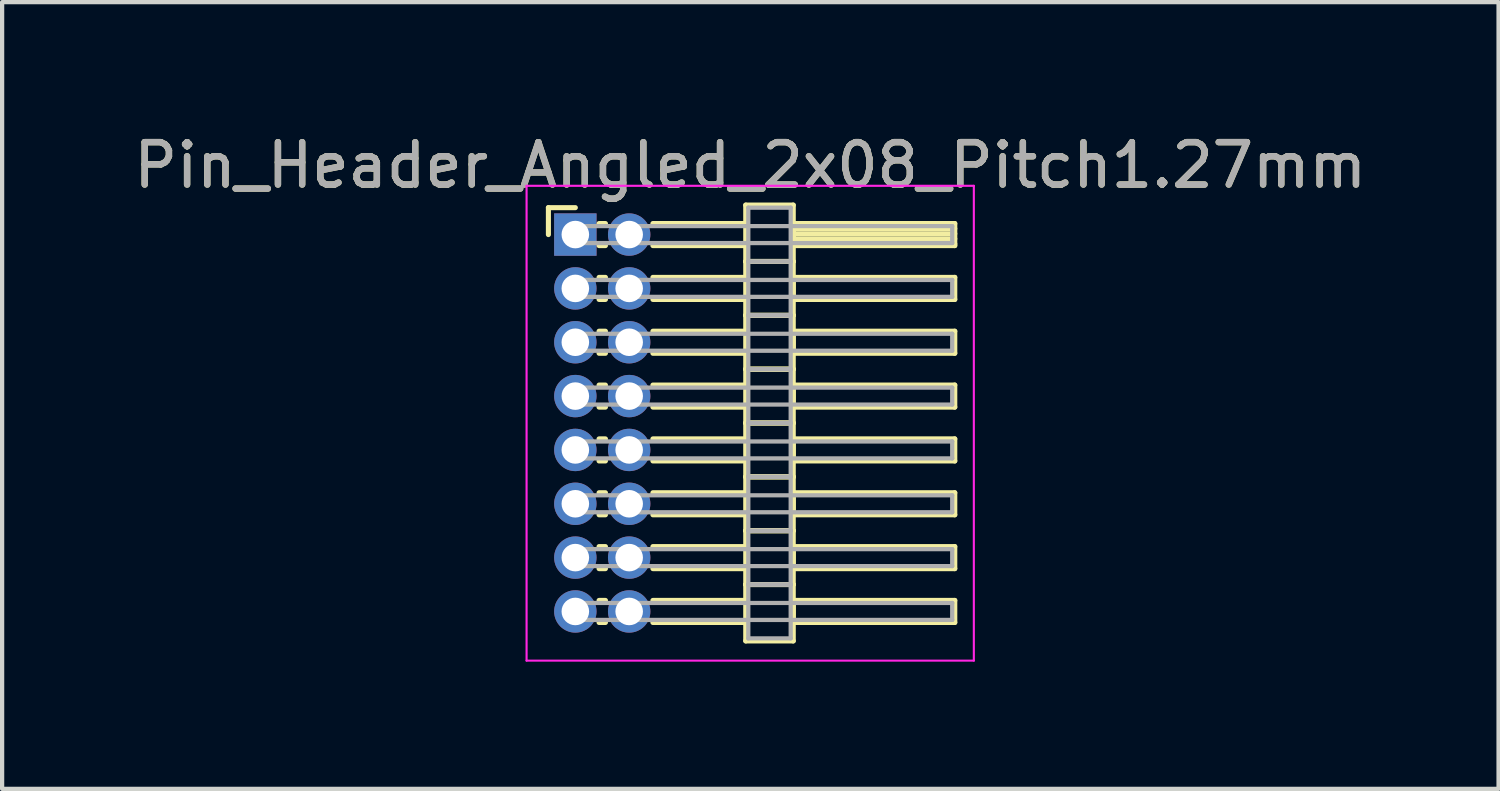
<source format=kicad_pcb>
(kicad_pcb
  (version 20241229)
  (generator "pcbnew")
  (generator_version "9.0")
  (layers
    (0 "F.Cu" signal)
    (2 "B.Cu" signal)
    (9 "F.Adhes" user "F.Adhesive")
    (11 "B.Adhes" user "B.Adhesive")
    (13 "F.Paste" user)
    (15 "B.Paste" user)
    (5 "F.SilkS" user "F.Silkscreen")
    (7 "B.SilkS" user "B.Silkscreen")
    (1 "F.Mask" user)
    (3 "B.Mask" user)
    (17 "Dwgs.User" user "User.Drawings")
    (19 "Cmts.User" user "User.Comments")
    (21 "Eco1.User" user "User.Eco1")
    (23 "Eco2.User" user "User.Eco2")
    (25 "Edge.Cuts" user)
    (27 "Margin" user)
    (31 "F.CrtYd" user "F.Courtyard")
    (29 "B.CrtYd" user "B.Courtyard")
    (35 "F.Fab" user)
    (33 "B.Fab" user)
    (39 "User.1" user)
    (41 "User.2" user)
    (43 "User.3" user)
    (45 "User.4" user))
  (footprint "Pin_Header_Angled_2x08_Pitch1.27mm"
    (layer "F.Cu")
    (at 10.521 2.483)
    (property "Reference" "Pin_Header_Angled_2x08_Pitch1.27mm" (at 4.128 -1.635 0) (layer "F.SilkS") (effects (font (size 1 1) (thickness 0.15))))
    (attr through_hole)
    (fp_line (start -0.635 -0.635) (end 0 -0.635) (stroke (width 0.12) (type solid)) (layer "F.SilkS"))
    (fp_line (start -0.635 0) (end -0.635 -0.635) (stroke (width 0.12) (type solid)) (layer "F.SilkS"))
    (fp_line (start 0.56 -0.26) (end 0.71 -0.26) (stroke (width 0.12) (type solid)) (layer "F.SilkS"))
    (fp_line (start 0.56 0.26) (end 0.71 0.26) (stroke (width 0.12) (type solid)) (layer "F.SilkS"))
    (fp_line (start 0.56 1.01) (end 0.71 1.01) (stroke (width 0.12) (type solid)) (layer "F.SilkS"))
    (fp_line (start 0.56 1.53) (end 0.71 1.53) (stroke (width 0.12) (type solid)) (layer "F.SilkS"))
    (fp_line (start 0.56 2.28) (end 0.71 2.28) (stroke (width 0.12) (type solid)) (layer "F.SilkS"))
    (fp_line (start 0.56 2.8) (end 0.71 2.8) (stroke (width 0.12) (type solid)) (layer "F.SilkS"))
    (fp_line (start 0.56 3.55) (end 0.71 3.55) (stroke (width 0.12) (type solid)) (layer "F.SilkS"))
    (fp_line (start 0.56 4.07) (end 0.71 4.07) (stroke (width 0.12) (type solid)) (layer "F.SilkS"))
    (fp_line (start 0.56 4.82) (end 0.71 4.82) (stroke (width 0.12) (type solid)) (layer "F.SilkS"))
    (fp_line (start 0.56 5.34) (end 0.71 5.34) (stroke (width 0.12) (type solid)) (layer "F.SilkS"))
    (fp_line (start 0.56 6.09) (end 0.71 6.09) (stroke (width 0.12) (type solid)) (layer "F.SilkS"))
    (fp_line (start 0.56 6.61) (end 0.71 6.61) (stroke (width 0.12) (type solid)) (layer "F.SilkS"))
    (fp_line (start 0.56 7.36) (end 0.71 7.36) (stroke (width 0.12) (type solid)) (layer "F.SilkS"))
    (fp_line (start 0.56 7.88) (end 0.71 7.88) (stroke (width 0.12) (type solid)) (layer "F.SilkS"))
    (fp_line (start 0.56 8.63) (end 0.71 8.63) (stroke (width 0.12) (type solid)) (layer "F.SilkS"))
    (fp_line (start 0.56 9.15) (end 0.71 9.15) (stroke (width 0.12) (type solid)) (layer "F.SilkS"))
    (fp_line (start 1.83 -0.26) (end 4.02 -0.26) (stroke (width 0.12) (type solid)) (layer "F.SilkS"))
    (fp_line (start 1.83 0.26) (end 4.02 0.26) (stroke (width 0.12) (type solid)) (layer "F.SilkS"))
    (fp_line (start 1.83 1.01) (end 4.02 1.01) (stroke (width 0.12) (type solid)) (layer "F.SilkS"))
    (fp_line (start 1.83 1.53) (end 4.02 1.53) (stroke (width 0.12) (type solid)) (layer "F.SilkS"))
    (fp_line (start 1.83 2.28) (end 4.02 2.28) (stroke (width 0.12) (type solid)) (layer "F.SilkS"))
    (fp_line (start 1.83 2.8) (end 4.02 2.8) (stroke (width 0.12) (type solid)) (layer "F.SilkS"))
    (fp_line (start 1.83 3.55) (end 4.02 3.55) (stroke (width 0.12) (type solid)) (layer "F.SilkS"))
    (fp_line (start 1.83 4.07) (end 4.02 4.07) (stroke (width 0.12) (type solid)) (layer "F.SilkS"))
    (fp_line (start 1.83 4.82) (end 4.02 4.82) (stroke (width 0.12) (type solid)) (layer "F.SilkS"))
    (fp_line (start 1.83 5.34) (end 4.02 5.34) (stroke (width 0.12) (type solid)) (layer "F.SilkS"))
    (fp_line (start 1.83 6.09) (end 4.02 6.09) (stroke (width 0.12) (type solid)) (layer "F.SilkS"))
    (fp_line (start 1.83 6.61) (end 4.02 6.61) (stroke (width 0.12) (type solid)) (layer "F.SilkS"))
    (fp_line (start 1.83 7.36) (end 4.02 7.36) (stroke (width 0.12) (type solid)) (layer "F.SilkS"))
    (fp_line (start 1.83 7.88) (end 4.02 7.88) (stroke (width 0.12) (type solid)) (layer "F.SilkS"))
    (fp_line (start 1.83 8.63) (end 4.02 8.63) (stroke (width 0.12) (type solid)) (layer "F.SilkS"))
    (fp_line (start 1.83 9.15) (end 4.02 9.15) (stroke (width 0.12) (type solid)) (layer "F.SilkS"))
    (fp_line (start 4.02 -0.695) (end 4.02 0.635) (stroke (width 0.12) (type solid)) (layer "F.SilkS"))
    (fp_line (start 4.02 0.635) (end 4.02 1.905) (stroke (width 0.12) (type solid)) (layer "F.SilkS"))
    (fp_line (start 4.02 0.635) (end 5.14 0.635) (stroke (width 0.12) (type solid)) (layer "F.SilkS"))
    (fp_line (start 4.02 1.905) (end 4.02 3.175) (stroke (width 0.12) (type solid)) (layer "F.SilkS"))
    (fp_line (start 4.02 1.905) (end 5.14 1.905) (stroke (width 0.12) (type solid)) (layer "F.SilkS"))
    (fp_line (start 4.02 3.175) (end 4.02 4.445) (stroke (width 0.12) (type solid)) (layer "F.SilkS"))
    (fp_line (start 4.02 3.175) (end 5.14 3.175) (stroke (width 0.12) (type solid)) (layer "F.SilkS"))
    (fp_line (start 4.02 4.445) (end 4.02 5.715) (stroke (width 0.12) (type solid)) (layer "F.SilkS"))
    (fp_line (start 4.02 4.445) (end 5.14 4.445) (stroke (width 0.12) (type solid)) (layer "F.SilkS"))
    (fp_line (start 4.02 5.715) (end 4.02 6.985) (stroke (width 0.12) (type solid)) (layer "F.SilkS"))
    (fp_line (start 4.02 5.715) (end 5.14 5.715) (stroke (width 0.12) (type solid)) (layer "F.SilkS"))
    (fp_line (start 4.02 6.985) (end 4.02 8.255) (stroke (width 0.12) (type solid)) (layer "F.SilkS"))
    (fp_line (start 4.02 6.985) (end 5.14 6.985) (stroke (width 0.12) (type solid)) (layer "F.SilkS"))
    (fp_line (start 4.02 8.255) (end 4.02 9.585) (stroke (width 0.12) (type solid)) (layer "F.SilkS"))
    (fp_line (start 4.02 8.255) (end 5.14 8.255) (stroke (width 0.12) (type solid)) (layer "F.SilkS"))
    (fp_line (start 4.02 9.585) (end 5.14 9.585) (stroke (width 0.12) (type solid)) (layer "F.SilkS"))
    (fp_line (start 5.14 -0.695) (end 4.02 -0.695) (stroke (width 0.12) (type solid)) (layer "F.SilkS"))
    (fp_line (start 5.14 -0.26) (end 5.14 0.26) (stroke (width 0.12) (type solid)) (layer "F.SilkS"))
    (fp_line (start 5.14 -0.14) (end 8.95 -0.14) (stroke (width 0.12) (type solid)) (layer "F.SilkS"))
    (fp_line (start 5.14 -0.02) (end 8.95 -0.02) (stroke (width 0.12) (type solid)) (layer "F.SilkS"))
    (fp_line (start 5.14 0.1) (end 8.95 0.1) (stroke (width 0.12) (type solid)) (layer "F.SilkS"))
    (fp_line (start 5.14 0.22) (end 8.95 0.22) (stroke (width 0.12) (type solid)) (layer "F.SilkS"))
    (fp_line (start 5.14 0.26) (end 8.95 0.26) (stroke (width 0.12) (type solid)) (layer "F.SilkS"))
    (fp_line (start 5.14 0.635) (end 4.02 0.635) (stroke (width 0.12) (type solid)) (layer "F.SilkS"))
    (fp_line (start 5.14 0.635) (end 5.14 -0.695) (stroke (width 0.12) (type solid)) (layer "F.SilkS"))
    (fp_line (start 5.14 1.01) (end 5.14 1.53) (stroke (width 0.12) (type solid)) (layer "F.SilkS"))
    (fp_line (start 5.14 1.53) (end 8.95 1.53) (stroke (width 0.12) (type solid)) (layer "F.SilkS"))
    (fp_line (start 5.14 1.905) (end 4.02 1.905) (stroke (width 0.12) (type solid)) (layer "F.SilkS"))
    (fp_line (start 5.14 1.905) (end 5.14 0.635) (stroke (width 0.12) (type solid)) (layer "F.SilkS"))
    (fp_line (start 5.14 2.28) (end 5.14 2.8) (stroke (width 0.12) (type solid)) (layer "F.SilkS"))
    (fp_line (start 5.14 2.8) (end 8.95 2.8) (stroke (width 0.12) (type solid)) (layer "F.SilkS"))
    (fp_line (start 5.14 3.175) (end 4.02 3.175) (stroke (width 0.12) (type solid)) (layer "F.SilkS"))
    (fp_line (start 5.14 3.175) (end 5.14 1.905) (stroke (width 0.12) (type solid)) (layer "F.SilkS"))
    (fp_line (start 5.14 3.55) (end 5.14 4.07) (stroke (width 0.12) (type solid)) (layer "F.SilkS"))
    (fp_line (start 5.14 4.07) (end 8.95 4.07) (stroke (width 0.12) (type solid)) (layer "F.SilkS"))
    (fp_line (start 5.14 4.445) (end 4.02 4.445) (stroke (width 0.12) (type solid)) (layer "F.SilkS"))
    (fp_line (start 5.14 4.445) (end 5.14 3.175) (stroke (width 0.12) (type solid)) (layer "F.SilkS"))
    (fp_line (start 5.14 4.82) (end 5.14 5.34) (stroke (width 0.12) (type solid)) (layer "F.SilkS"))
    (fp_line (start 5.14 5.34) (end 8.95 5.34) (stroke (width 0.12) (type solid)) (layer "F.SilkS"))
    (fp_line (start 5.14 5.715) (end 4.02 5.715) (stroke (width 0.12) (type solid)) (layer "F.SilkS"))
    (fp_line (start 5.14 5.715) (end 5.14 4.445) (stroke (width 0.12) (type solid)) (layer "F.SilkS"))
    (fp_line (start 5.14 6.09) (end 5.14 6.61) (stroke (width 0.12) (type solid)) (layer "F.SilkS"))
    (fp_line (start 5.14 6.61) (end 8.95 6.61) (stroke (width 0.12) (type solid)) (layer "F.SilkS"))
    (fp_line (start 5.14 6.985) (end 4.02 6.985) (stroke (width 0.12) (type solid)) (layer "F.SilkS"))
    (fp_line (start 5.14 6.985) (end 5.14 5.715) (stroke (width 0.12) (type solid)) (layer "F.SilkS"))
    (fp_line (start 5.14 7.36) (end 5.14 7.88) (stroke (width 0.12) (type solid)) (layer "F.SilkS"))
    (fp_line (start 5.14 7.88) (end 8.95 7.88) (stroke (width 0.12) (type solid)) (layer "F.SilkS"))
    (fp_line (start 5.14 8.255) (end 4.02 8.255) (stroke (width 0.12) (type solid)) (layer "F.SilkS"))
    (fp_line (start 5.14 8.255) (end 5.14 6.985) (stroke (width 0.12) (type solid)) (layer "F.SilkS"))
    (fp_line (start 5.14 8.63) (end 5.14 9.15) (stroke (width 0.12) (type solid)) (layer "F.SilkS"))
    (fp_line (start 5.14 9.15) (end 8.95 9.15) (stroke (width 0.12) (type solid)) (layer "F.SilkS"))
    (fp_line (start 5.14 9.585) (end 5.14 8.255) (stroke (width 0.12) (type solid)) (layer "F.SilkS"))
    (fp_line (start 8.95 -0.26) (end 5.14 -0.26) (stroke (width 0.12) (type solid)) (layer "F.SilkS"))
    (fp_line (start 8.95 0.26) (end 8.95 -0.26) (stroke (width 0.12) (type solid)) (layer "F.SilkS"))
    (fp_line (start 8.95 1.01) (end 5.14 1.01) (stroke (width 0.12) (type solid)) (layer "F.SilkS"))
    (fp_line (start 8.95 1.53) (end 8.95 1.01) (stroke (width 0.12) (type solid)) (layer "F.SilkS"))
    (fp_line (start 8.95 2.28) (end 5.14 2.28) (stroke (width 0.12) (type solid)) (layer "F.SilkS"))
    (fp_line (start 8.95 2.8) (end 8.95 2.28) (stroke (width 0.12) (type solid)) (layer "F.SilkS"))
    (fp_line (start 8.95 3.55) (end 5.14 3.55) (stroke (width 0.12) (type solid)) (layer "F.SilkS"))
    (fp_line (start 8.95 4.07) (end 8.95 3.55) (stroke (width 0.12) (type solid)) (layer "F.SilkS"))
    (fp_line (start 8.95 4.82) (end 5.14 4.82) (stroke (width 0.12) (type solid)) (layer "F.SilkS"))
    (fp_line (start 8.95 5.34) (end 8.95 4.82) (stroke (width 0.12) (type solid)) (layer "F.SilkS"))
    (fp_line (start 8.95 6.09) (end 5.14 6.09) (stroke (width 0.12) (type solid)) (layer "F.SilkS"))
    (fp_line (start 8.95 6.61) (end 8.95 6.09) (stroke (width 0.12) (type solid)) (layer "F.SilkS"))
    (fp_line (start 8.95 7.36) (end 5.14 7.36) (stroke (width 0.12) (type solid)) (layer "F.SilkS"))
    (fp_line (start 8.95 7.88) (end 8.95 7.36) (stroke (width 0.12) (type solid)) (layer "F.SilkS"))
    (fp_line (start 8.95 8.63) (end 5.14 8.63) (stroke (width 0.12) (type solid)) (layer "F.SilkS"))
    (fp_line (start 8.95 9.15) (end 8.95 8.63) (stroke (width 0.12) (type solid)) (layer "F.SilkS"))
    (fp_line (start -1.15 -1.15) (end -1.15 10.05) (stroke (width 0.05) (type solid)) (layer "F.CrtYd"))
    (fp_line (start -1.15 10.05) (end 9.4 10.05) (stroke (width 0.05) (type solid)) (layer "F.CrtYd"))
    (fp_line (start 9.4 -1.15) (end -1.15 -1.15) (stroke (width 0.05) (type solid)) (layer "F.CrtYd"))
    (fp_line (start 9.4 10.05) (end 9.4 -1.15) (stroke (width 0.05) (type solid)) (layer "F.CrtYd"))
    (fp_line (start 0 -0.2) (end 0 0.2) (stroke (width 0.1) (type solid)) (layer "F.Fab"))
    (fp_line (start 0 0.2) (end 8.89 0.2) (stroke (width 0.1) (type solid)) (layer "F.Fab"))
    (fp_line (start 0 1.07) (end 0 1.47) (stroke (width 0.1) (type solid)) (layer "F.Fab"))
    (fp_line (start 0 1.47) (end 8.89 1.47) (stroke (width 0.1) (type solid)) (layer "F.Fab"))
    (fp_line (start 0 2.34) (end 0 2.74) (stroke (width 0.1) (type solid)) (layer "F.Fab"))
    (fp_line (start 0 2.74) (end 8.89 2.74) (stroke (width 0.1) (type solid)) (layer "F.Fab"))
    (fp_line (start 0 3.61) (end 0 4.01) (stroke (width 0.1) (type solid)) (layer "F.Fab"))
    (fp_line (start 0 4.01) (end 8.89 4.01) (stroke (width 0.1) (type solid)) (layer "F.Fab"))
    (fp_line (start 0 4.88) (end 0 5.28) (stroke (width 0.1) (type solid)) (layer "F.Fab"))
    (fp_line (start 0 5.28) (end 8.89 5.28) (stroke (width 0.1) (type solid)) (layer "F.Fab"))
    (fp_line (start 0 6.15) (end 0 6.55) (stroke (width 0.1) (type solid)) (layer "F.Fab"))
    (fp_line (start 0 6.55) (end 8.89 6.55) (stroke (width 0.1) (type solid)) (layer "F.Fab"))
    (fp_line (start 0 7.42) (end 0 7.82) (stroke (width 0.1) (type solid)) (layer "F.Fab"))
    (fp_line (start 0 7.82) (end 8.89 7.82) (stroke (width 0.1) (type solid)) (layer "F.Fab"))
    (fp_line (start 0 8.69) (end 0 9.09) (stroke (width 0.1) (type solid)) (layer "F.Fab"))
    (fp_line (start 0 9.09) (end 8.89 9.09) (stroke (width 0.1) (type solid)) (layer "F.Fab"))
    (fp_line (start 4.08 -0.635) (end 4.08 0.635) (stroke (width 0.1) (type solid)) (layer "F.Fab"))
    (fp_line (start 4.08 0.635) (end 4.08 1.905) (stroke (width 0.1) (type solid)) (layer "F.Fab"))
    (fp_line (start 4.08 0.635) (end 5.08 0.635) (stroke (width 0.1) (type solid)) (layer "F.Fab"))
    (fp_line (start 4.08 1.905) (end 4.08 3.175) (stroke (width 0.1) (type solid)) (layer "F.Fab"))
    (fp_line (start 4.08 1.905) (end 5.08 1.905) (stroke (width 0.1) (type solid)) (layer "F.Fab"))
    (fp_line (start 4.08 3.175) (end 4.08 4.445) (stroke (width 0.1) (type solid)) (layer "F.Fab"))
    (fp_line (start 4.08 3.175) (end 5.08 3.175) (stroke (width 0.1) (type solid)) (layer "F.Fab"))
    (fp_line (start 4.08 4.445) (end 4.08 5.715) (stroke (width 0.1) (type solid)) (layer "F.Fab"))
    (fp_line (start 4.08 4.445) (end 5.08 4.445) (stroke (width 0.1) (type solid)) (layer "F.Fab"))
    (fp_line (start 4.08 5.715) (end 4.08 6.985) (stroke (width 0.1) (type solid)) (layer "F.Fab"))
    (fp_line (start 4.08 5.715) (end 5.08 5.715) (stroke (width 0.1) (type solid)) (layer "F.Fab"))
    (fp_line (start 4.08 6.985) (end 4.08 8.255) (stroke (width 0.1) (type solid)) (layer "F.Fab"))
    (fp_line (start 4.08 6.985) (end 5.08 6.985) (stroke (width 0.1) (type solid)) (layer "F.Fab"))
    (fp_line (start 4.08 8.255) (end 4.08 9.525) (stroke (width 0.1) (type solid)) (layer "F.Fab"))
    (fp_line (start 4.08 8.255) (end 5.08 8.255) (stroke (width 0.1) (type solid)) (layer "F.Fab"))
    (fp_line (start 4.08 9.525) (end 5.08 9.525) (stroke (width 0.1) (type solid)) (layer "F.Fab"))
    (fp_line (start 5.08 -0.635) (end 4.08 -0.635) (stroke (width 0.1) (type solid)) (layer "F.Fab"))
    (fp_line (start 5.08 0.635) (end 4.08 0.635) (stroke (width 0.1) (type solid)) (layer "F.Fab"))
    (fp_line (start 5.08 0.635) (end 5.08 -0.635) (stroke (width 0.1) (type solid)) (layer "F.Fab"))
    (fp_line (start 5.08 1.905) (end 4.08 1.905) (stroke (width 0.1) (type solid)) (layer "F.Fab"))
    (fp_line (start 5.08 1.905) (end 5.08 0.635) (stroke (width 0.1) (type solid)) (layer "F.Fab"))
    (fp_line (start 5.08 3.175) (end 4.08 3.175) (stroke (width 0.1) (type solid)) (layer "F.Fab"))
    (fp_line (start 5.08 3.175) (end 5.08 1.905) (stroke (width 0.1) (type solid)) (layer "F.Fab"))
    (fp_line (start 5.08 4.445) (end 4.08 4.445) (stroke (width 0.1) (type solid)) (layer "F.Fab"))
    (fp_line (start 5.08 4.445) (end 5.08 3.175) (stroke (width 0.1) (type solid)) (layer "F.Fab"))
    (fp_line (start 5.08 5.715) (end 4.08 5.715) (stroke (width 0.1) (type solid)) (layer "F.Fab"))
    (fp_line (start 5.08 5.715) (end 5.08 4.445) (stroke (width 0.1) (type solid)) (layer "F.Fab"))
    (fp_line (start 5.08 6.985) (end 4.08 6.985) (stroke (width 0.1) (type solid)) (layer "F.Fab"))
    (fp_line (start 5.08 6.985) (end 5.08 5.715) (stroke (width 0.1) (type solid)) (layer "F.Fab"))
    (fp_line (start 5.08 8.255) (end 4.08 8.255) (stroke (width 0.1) (type solid)) (layer "F.Fab"))
    (fp_line (start 5.08 8.255) (end 5.08 6.985) (stroke (width 0.1) (type solid)) (layer "F.Fab"))
    (fp_line (start 5.08 9.525) (end 5.08 8.255) (stroke (width 0.1) (type solid)) (layer "F.Fab"))
    (fp_line (start 8.89 -0.2) (end 0 -0.2) (stroke (width 0.1) (type solid)) (layer "F.Fab"))
    (fp_line (start 8.89 0.2) (end 8.89 -0.2) (stroke (width 0.1) (type solid)) (layer "F.Fab"))
    (fp_line (start 8.89 1.07) (end 0 1.07) (stroke (width 0.1) (type solid)) (layer "F.Fab"))
    (fp_line (start 8.89 1.47) (end 8.89 1.07) (stroke (width 0.1) (type solid)) (layer "F.Fab"))
    (fp_line (start 8.89 2.34) (end 0 2.34) (stroke (width 0.1) (type solid)) (layer "F.Fab"))
    (fp_line (start 8.89 2.74) (end 8.89 2.34) (stroke (width 0.1) (type solid)) (layer "F.Fab"))
    (fp_line (start 8.89 3.61) (end 0 3.61) (stroke (width 0.1) (type solid)) (layer "F.Fab"))
    (fp_line (start 8.89 4.01) (end 8.89 3.61) (stroke (width 0.1) (type solid)) (layer "F.Fab"))
    (fp_line (start 8.89 4.88) (end 0 4.88) (stroke (width 0.1) (type solid)) (layer "F.Fab"))
    (fp_line (start 8.89 5.28) (end 8.89 4.88) (stroke (width 0.1) (type solid)) (layer "F.Fab"))
    (fp_line (start 8.89 6.15) (end 0 6.15) (stroke (width 0.1) (type solid)) (layer "F.Fab"))
    (fp_line (start 8.89 6.55) (end 8.89 6.15) (stroke (width 0.1) (type solid)) (layer "F.Fab"))
    (fp_line (start 8.89 7.42) (end 0 7.42) (stroke (width 0.1) (type solid)) (layer "F.Fab"))
    (fp_line (start 8.89 7.82) (end 8.89 7.42) (stroke (width 0.1) (type solid)) (layer "F.Fab"))
    (fp_line (start 8.89 8.69) (end 0 8.69) (stroke (width 0.1) (type solid)) (layer "F.Fab"))
    (fp_line (start 8.89 9.09) (end 8.89 8.69) (stroke (width 0.1) (type solid)) (layer "F.Fab"))
    (fp_text user "${REFERENCE}" (at 4.128 -1.635 0) (layer "F.Fab") (effects (font (size 1 1) (thickness 0.15))))
    (pad "1" thru_hole rect (at 0 0) (size 1 1) (drill 0.65) (layers "*.Cu" "*.Mask"))
    (pad "2" thru_hole oval (at 1.27 0) (size 1 1) (drill 0.65) (layers "*.Cu" "*.Mask"))
    (pad "3" thru_hole oval (at 0 1.27) (size 1 1) (drill 0.65) (layers "*.Cu" "*.Mask"))
    (pad "4" thru_hole oval (at 1.27 1.27) (size 1 1) (drill 0.65) (layers "*.Cu" "*.Mask"))
    (pad "5" thru_hole oval (at 0 2.54) (size 1 1) (drill 0.65) (layers "*.Cu" "*.Mask"))
    (pad "6" thru_hole oval (at 1.27 2.54) (size 1 1) (drill 0.65) (layers "*.Cu" "*.Mask"))
    (pad "7" thru_hole oval (at 0 3.81) (size 1 1) (drill 0.65) (layers "*.Cu" "*.Mask"))
    (pad "8" thru_hole oval (at 1.27 3.81) (size 1 1) (drill 0.65) (layers "*.Cu" "*.Mask"))
    (pad "9" thru_hole oval (at 0 5.08) (size 1 1) (drill 0.65) (layers "*.Cu" "*.Mask"))
    (pad "10" thru_hole oval (at 1.27 5.08) (size 1 1) (drill 0.65) (layers "*.Cu" "*.Mask"))
    (pad "11" thru_hole oval (at 0 6.35) (size 1 1) (drill 0.65) (layers "*.Cu" "*.Mask"))
    (pad "12" thru_hole oval (at 1.27 6.35) (size 1 1) (drill 0.65) (layers "*.Cu" "*.Mask"))
    (pad "13" thru_hole oval (at 0 7.62) (size 1 1) (drill 0.65) (layers "*.Cu" "*.Mask"))
    (pad "14" thru_hole oval (at 1.27 7.62) (size 1 1) (drill 0.65) (layers "*.Cu" "*.Mask"))
    (pad "15" thru_hole oval (at 0 8.89) (size 1 1) (drill 0.65) (layers "*.Cu" "*.Mask"))
    (pad "16" thru_hole oval (at 1.27 8.89) (size 1 1) (drill 0.65) (layers "*.Cu" "*.Mask")))
  (gr_rect
    (start -3 -3)
    (end 32.298 15.558)
    (stroke (width 0.1) (type default))
    (fill no)
    (layer "Edge.Cuts")))
</source>
